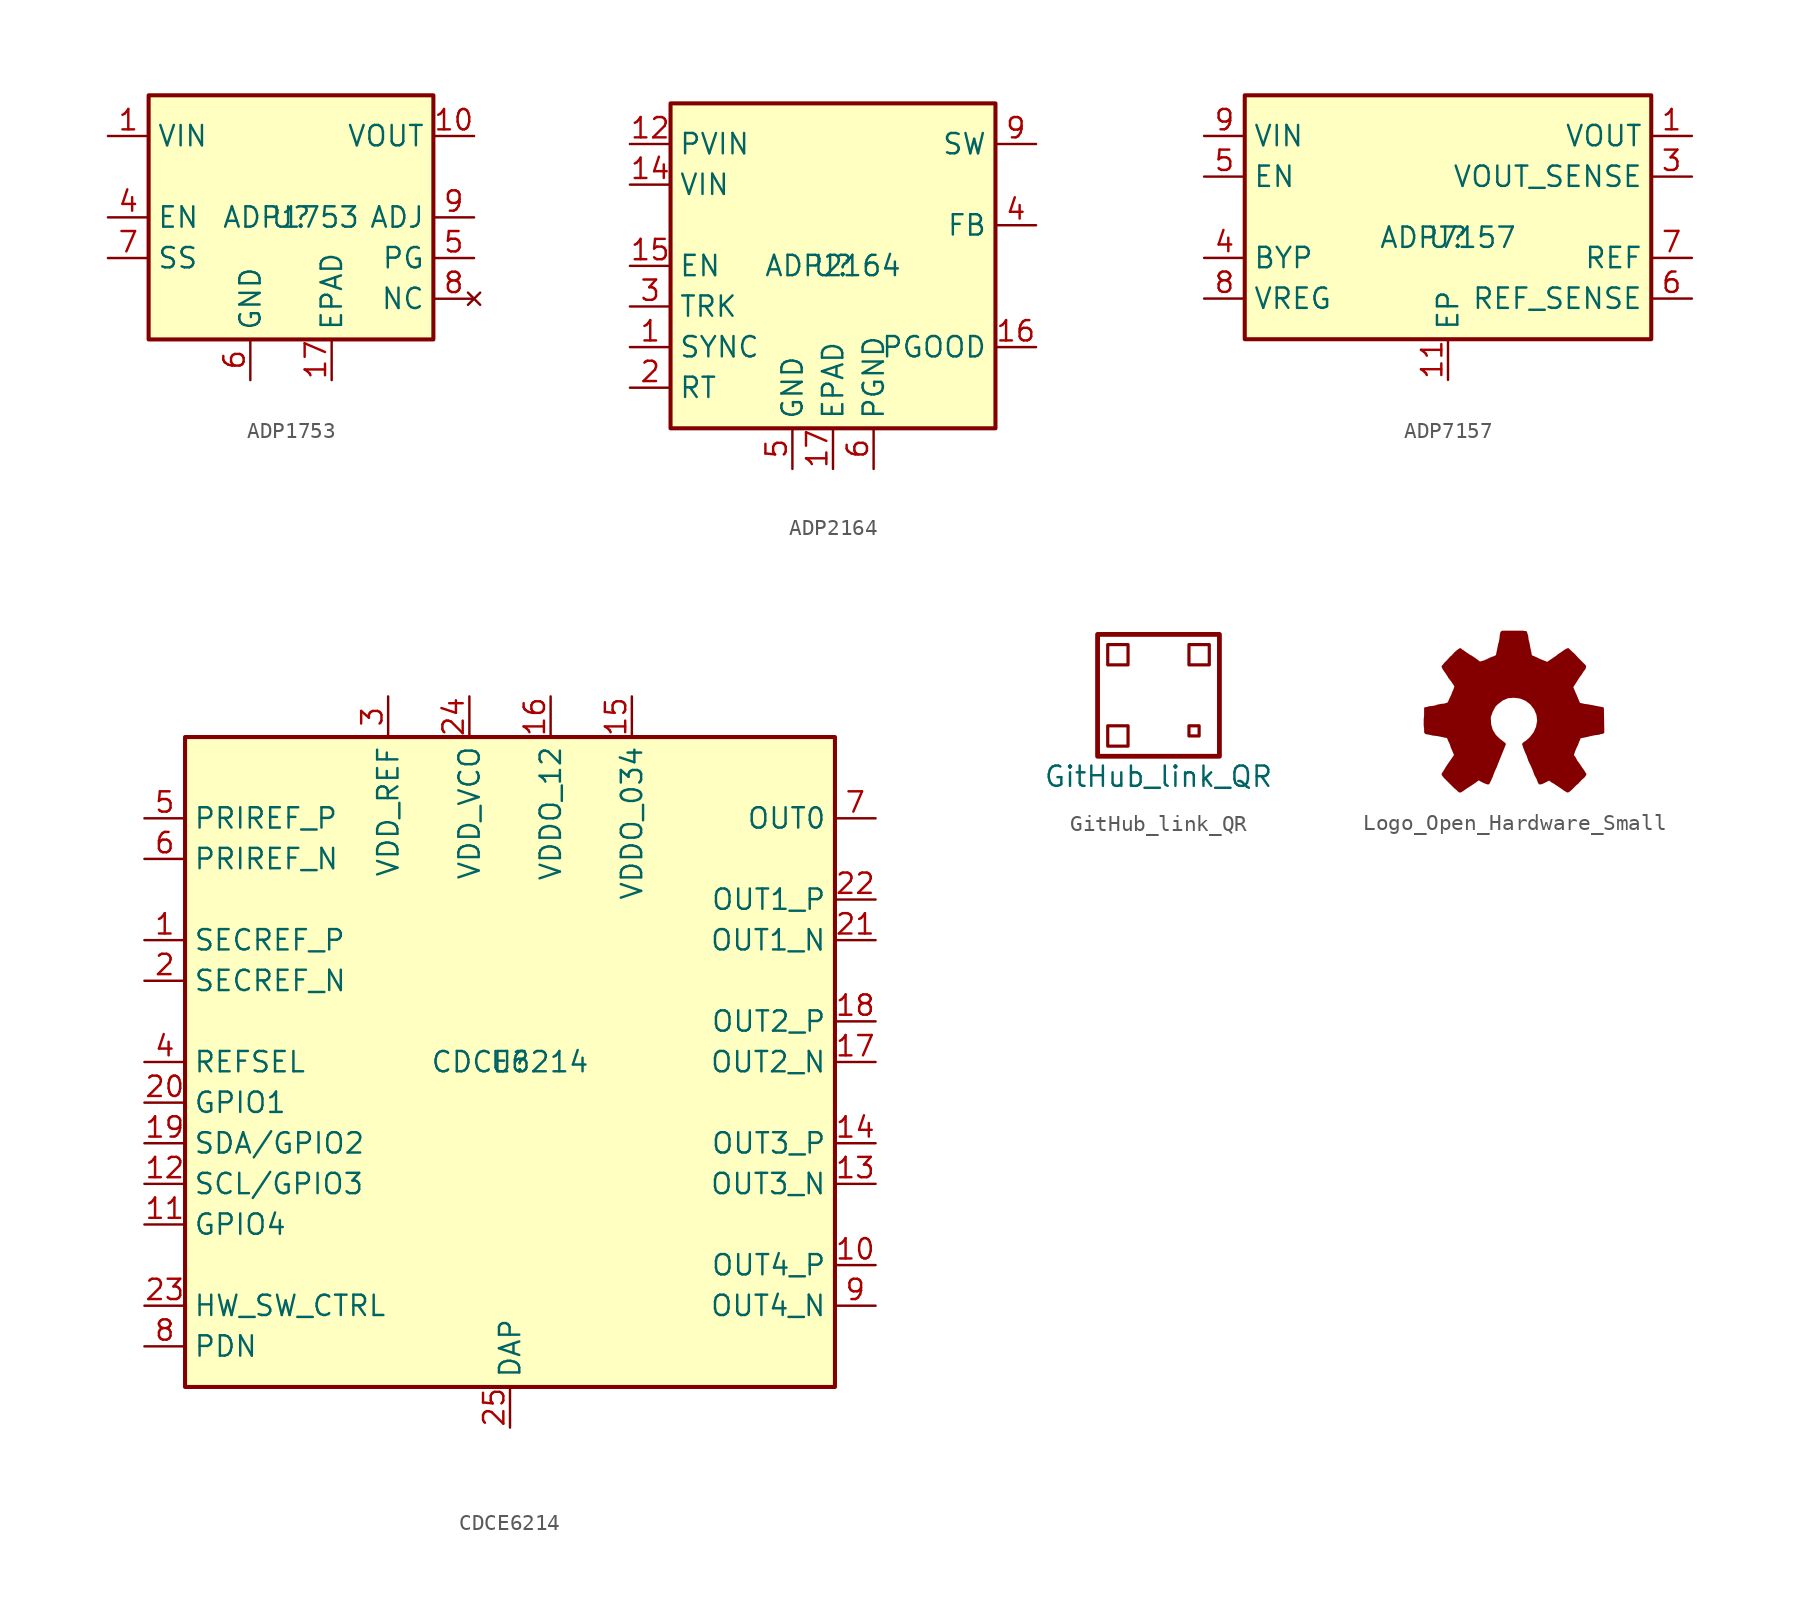
<source format=kicad_sym>
(kicad_symbol_lib
  (version 20211014)
  (generator kicad_symbol_editor)
  (symbol "ADP1753"
    (property "Reference" "U"
      (at 0 0 0)
      (effects (font (size 1.27 1.27))))
    (property "Value" "ADP1753"
      (at 0 0 0)
      (effects (font (size 1.27 1.27))))
    (symbol "ADP1753_0_1"
      (rectangle (start -8.89 7.62) (end 8.89 -7.62) (stroke (width 0.254) (type default) (color 0 0 0 0)) (fill (type background))))
    (symbol "ADP1753_1_1"
      (pin power_in line (at -11.43 5.08 0) (length 2.54) (name "VIN" (effects (font (size 1.27 1.27)))) (number "1" (effects (font (size 1.27 1.27)))))
      (pin power_out line (at 11.43 5.08 180) (length 2.54) (name "VOUT" (effects (font (size 1.27 1.27)))) (number "10" (effects (font (size 1.27 1.27)))))
      (pin passive line (at 11.43 5.08 180) (length 2.54) hide (name "VOUT" (effects (font (size 1.27 1.27)))) (number "11" (effects (font (size 1.27 1.27)))))
      (pin passive line (at 11.43 5.08 180) (length 2.54) hide (name "VOUT" (effects (font (size 1.27 1.27)))) (number "12" (effects (font (size 1.27 1.27)))))
      (pin passive line (at 11.43 5.08 180) (length 2.54) hide (name "VOUT" (effects (font (size 1.27 1.27)))) (number "13" (effects (font (size 1.27 1.27)))))
      (pin passive line (at 11.43 5.08 180) (length 2.54) hide (name "VOUT" (effects (font (size 1.27 1.27)))) (number "14" (effects (font (size 1.27 1.27)))))
      (pin passive line (at -11.43 5.08 0) (length 2.54) hide (name "VIN" (effects (font (size 1.27 1.27)))) (number "15" (effects (font (size 1.27 1.27)))))
      (pin passive line (at -11.43 5.08 0) (length 2.54) hide (name "VIN" (effects (font (size 1.27 1.27)))) (number "16" (effects (font (size 1.27 1.27)))))
      (pin power_in line (at 2.54 -10.16 90) (length 2.54) (name "EPAD" (effects (font (size 1.27 1.27)))) (number "17" (effects (font (size 1.27 1.27)))))
      (pin passive line (at -11.43 5.08 0) (length 2.54) hide (name "VIN" (effects (font (size 1.27 1.27)))) (number "2" (effects (font (size 1.27 1.27)))))
      (pin passive line (at -11.43 5.08 0) (length 2.54) hide (name "VIN" (effects (font (size 1.27 1.27)))) (number "3" (effects (font (size 1.27 1.27)))))
      (pin input line (at -11.43 0 0) (length 2.54) (name "EN" (effects (font (size 1.27 1.27)))) (number "4" (effects (font (size 1.27 1.27)))))
      (pin open_collector line (at 11.43 -2.54 180) (length 2.54) (name "PG" (effects (font (size 1.27 1.27)))) (number "5" (effects (font (size 1.27 1.27)))))
      (pin power_in line (at -2.54 -10.16 90) (length 2.54) (name "GND" (effects (font (size 1.27 1.27)))) (number "6" (effects (font (size 1.27 1.27)))))
      (pin passive line (at -11.43 -2.54 0) (length 2.54) (name "SS" (effects (font (size 1.27 1.27)))) (number "7" (effects (font (size 1.27 1.27)))))
      (pin no_connect line (at 11.43 -5.08 180) (length 2.54) (name "NC" (effects (font (size 1.27 1.27)))) (number "8" (effects (font (size 1.27 1.27)))))
      (pin passive line (at 11.43 0 180) (length 2.54) (name "ADJ" (effects (font (size 1.27 1.27)))) (number "9" (effects (font (size 1.27 1.27)))))))
  (symbol "ADP2164"
    (property "Reference" "U"
      (at 0 0 0)
      (effects (font (size 1.27 1.27))))
    (property "Value" "ADP2164"
      (at 0 0 0)
      (effects (font (size 1.27 1.27))))
    (symbol "ADP2164_0_1"
      (rectangle (start -10.16 10.16) (end 10.16 -10.16) (stroke (width 0.254) (type default) (color 0 0 0 0)) (fill (type background))))
    (symbol "ADP2164_1_1"
      (pin input line (at -12.7 -5.08 0) (length 2.54) (name "SYNC" (effects (font (size 1.27 1.27)))) (number "1" (effects (font (size 1.27 1.27)))))
      (pin passive line (at 12.7 7.62 180) (length 2.54) hide (name "SW" (effects (font (size 1.27 1.27)))) (number "10" (effects (font (size 1.27 1.27)))))
      (pin passive line (at 12.7 7.62 180) (length 2.54) hide (name "SW" (effects (font (size 1.27 1.27)))) (number "11" (effects (font (size 1.27 1.27)))))
      (pin power_in line (at -12.7 7.62 0) (length 2.54) (name "PVIN" (effects (font (size 1.27 1.27)))) (number "12" (effects (font (size 1.27 1.27)))))
      (pin passive line (at -12.7 7.62 0) (length 2.54) hide (name "PVIN" (effects (font (size 1.27 1.27)))) (number "13" (effects (font (size 1.27 1.27)))))
      (pin passive line (at -12.7 5.08 0) (length 2.54) (name "VIN" (effects (font (size 1.27 1.27)))) (number "14" (effects (font (size 1.27 1.27)))))
      (pin input line (at -12.7 0 0) (length 2.54) (name "EN" (effects (font (size 1.27 1.27)))) (number "15" (effects (font (size 1.27 1.27)))))
      (pin open_collector line (at 12.7 -5.08 180) (length 2.54) (name "PGOOD" (effects (font (size 1.27 1.27)))) (number "16" (effects (font (size 1.27 1.27)))))
      (pin power_in line (at 0 -12.7 90) (length 2.54) (name "EPAD" (effects (font (size 1.27 1.27)))) (number "17" (effects (font (size 1.27 1.27)))))
      (pin input line (at -12.7 -7.62 0) (length 2.54) (name "RT" (effects (font (size 1.27 1.27)))) (number "2" (effects (font (size 1.27 1.27)))))
      (pin input line (at -12.7 -2.54 0) (length 2.54) (name "TRK" (effects (font (size 1.27 1.27)))) (number "3" (effects (font (size 1.27 1.27)))))
      (pin passive line (at 12.7 2.54 180) (length 2.54) (name "FB" (effects (font (size 1.27 1.27)))) (number "4" (effects (font (size 1.27 1.27)))))
      (pin power_in line (at -2.54 -12.7 90) (length 2.54) (name "GND" (effects (font (size 1.27 1.27)))) (number "5" (effects (font (size 1.27 1.27)))))
      (pin power_in line (at 2.54 -12.7 90) (length 2.54) (name "PGND" (effects (font (size 1.27 1.27)))) (number "6" (effects (font (size 1.27 1.27)))))
      (pin passive line (at 2.54 -12.7 90) (length 2.54) hide (name "PGND" (effects (font (size 1.27 1.27)))) (number "7" (effects (font (size 1.27 1.27)))))
      (pin passive line (at 2.54 -12.7 90) (length 2.54) hide (name "PGND" (effects (font (size 1.27 1.27)))) (number "8" (effects (font (size 1.27 1.27)))))
      (pin passive line (at 12.7 7.62 180) (length 2.54) (name "SW" (effects (font (size 1.27 1.27)))) (number "9" (effects (font (size 1.27 1.27)))))))
  (symbol "ADP7157"
    (property "Reference" "U"
      (at 0 -1.27 0)
      (effects (font (size 1.27 1.27))))
    (property "Value" "ADP7157"
      (at 0 -1.27 0)
      (effects (font (size 1.27 1.27))))
    (symbol "ADP7157_0_1"
      (rectangle (start -12.7 7.62) (end 12.7 -7.62) (stroke (width 0.254) (type default) (color 0 0 0 0)) (fill (type background))))
    (symbol "ADP7157_1_1"
      (pin power_out line (at 15.24 5.08 180) (length 2.54) (name "VOUT" (effects (font (size 1.27 1.27)))) (number "1" (effects (font (size 1.27 1.27)))))
      (pin passive line (at -15.24 5.08 0) (length 2.54) hide (name "VIN" (effects (font (size 1.27 1.27)))) (number "10" (effects (font (size 1.27 1.27)))))
      (pin power_out line (at 0 -10.16 90) (length 2.54) (name "EP" (effects (font (size 1.27 1.27)))) (number "11" (effects (font (size 1.27 1.27)))))
      (pin passive line (at 15.24 5.08 180) (length 2.54) hide (name "VOUT" (effects (font (size 1.27 1.27)))) (number "2" (effects (font (size 1.27 1.27)))))
      (pin passive line (at 15.24 2.54 180) (length 2.54) (name "VOUT_SENSE" (effects (font (size 1.27 1.27)))) (number "3" (effects (font (size 1.27 1.27)))))
      (pin passive line (at -15.24 -2.54 0) (length 2.54) (name "BYP" (effects (font (size 1.27 1.27)))) (number "4" (effects (font (size 1.27 1.27)))))
      (pin input line (at -15.24 2.54 0) (length 2.54) (name "EN" (effects (font (size 1.27 1.27)))) (number "5" (effects (font (size 1.27 1.27)))))
      (pin passive line (at 15.24 -5.08 180) (length 2.54) (name "REF_SENSE" (effects (font (size 1.27 1.27)))) (number "6" (effects (font (size 1.27 1.27)))))
      (pin passive line (at 15.24 -2.54 180) (length 2.54) (name "REF" (effects (font (size 1.27 1.27)))) (number "7" (effects (font (size 1.27 1.27)))))
      (pin power_out line (at -15.24 -5.08 0) (length 2.54) (name "VREG" (effects (font (size 1.27 1.27)))) (number "8" (effects (font (size 1.27 1.27)))))
      (pin power_in line (at -15.24 5.08 0) (length 2.54) (name "VIN" (effects (font (size 1.27 1.27)))) (number "9" (effects (font (size 1.27 1.27)))))))
  (symbol "CDCE6214"
    (property "Reference" "U"
      (at 0 0 0)
      (effects (font (size 1.27 1.27))))
    (property "Value" "CDCE6214"
      (at 0 0 0)
      (effects (font (size 1.27 1.27))))
    (symbol "CDCE6214_0_1"
      (rectangle (start -20.32 20.32) (end 20.32 -20.32) (stroke (width 0.254) (type default) (color 0 0 0 0)) (fill (type background))))
    (symbol "CDCE6214_1_1"
      (pin passive line (at -22.86 7.62 0) (length 2.54) (name "SECREF_P" (effects (font (size 1.27 1.27)))) (number "1" (effects (font (size 1.27 1.27)))))
      (pin output line (at 22.86 -12.7 180) (length 2.54) (name "OUT4_P" (effects (font (size 1.27 1.27)))) (number "10" (effects (font (size 1.27 1.27)))))
      (pin bidirectional line (at -22.86 -10.16 0) (length 2.54) (name "GPIO4" (effects (font (size 1.27 1.27)))) (number "11" (effects (font (size 1.27 1.27)))))
      (pin bidirectional line (at -22.86 -7.62 0) (length 2.54) (name "SCL/GPIO3" (effects (font (size 1.27 1.27)))) (number "12" (effects (font (size 1.27 1.27)))))
      (pin output line (at 22.86 -7.62 180) (length 2.54) (name "OUT3_N" (effects (font (size 1.27 1.27)))) (number "13" (effects (font (size 1.27 1.27)))))
      (pin output line (at 22.86 -5.08 180) (length 2.54) (name "OUT3_P" (effects (font (size 1.27 1.27)))) (number "14" (effects (font (size 1.27 1.27)))))
      (pin power_in line (at 7.62 22.86 270) (length 2.54) (name "VDDO_034" (effects (font (size 1.27 1.27)))) (number "15" (effects (font (size 1.27 1.27)))))
      (pin power_in line (at 2.54 22.86 270) (length 2.54) (name "VDDO_12" (effects (font (size 1.27 1.27)))) (number "16" (effects (font (size 1.27 1.27)))))
      (pin output line (at 22.86 0 180) (length 2.54) (name "OUT2_N" (effects (font (size 1.27 1.27)))) (number "17" (effects (font (size 1.27 1.27)))))
      (pin output line (at 22.86 2.54 180) (length 2.54) (name "OUT2_P" (effects (font (size 1.27 1.27)))) (number "18" (effects (font (size 1.27 1.27)))))
      (pin bidirectional line (at -22.86 -5.08 0) (length 2.54) (name "SDA/GPIO2" (effects (font (size 1.27 1.27)))) (number "19" (effects (font (size 1.27 1.27)))))
      (pin passive line (at -22.86 5.08 0) (length 2.54) (name "SECREF_N" (effects (font (size 1.27 1.27)))) (number "2" (effects (font (size 1.27 1.27)))))
      (pin bidirectional line (at -22.86 -2.54 0) (length 2.54) (name "GPIO1" (effects (font (size 1.27 1.27)))) (number "20" (effects (font (size 1.27 1.27)))))
      (pin output line (at 22.86 7.62 180) (length 2.54) (name "OUT1_N" (effects (font (size 1.27 1.27)))) (number "21" (effects (font (size 1.27 1.27)))))
      (pin output line (at 22.86 10.16 180) (length 2.54) (name "OUT1_P" (effects (font (size 1.27 1.27)))) (number "22" (effects (font (size 1.27 1.27)))))
      (pin input line (at -22.86 -15.24 0) (length 2.54) (name "HW_SW_CTRL" (effects (font (size 1.27 1.27)))) (number "23" (effects (font (size 1.27 1.27)))))
      (pin power_in line (at -2.54 22.86 270) (length 2.54) (name "VDD_VCO" (effects (font (size 1.27 1.27)))) (number "24" (effects (font (size 1.27 1.27)))))
      (pin power_in line (at 0 -22.86 90) (length 2.54) (name "DAP" (effects (font (size 1.27 1.27)))) (number "25" (effects (font (size 1.27 1.27)))))
      (pin power_in line (at -7.62 22.86 270) (length 2.54) (name "VDD_REF" (effects (font (size 1.27 1.27)))) (number "3" (effects (font (size 1.27 1.27)))))
      (pin input line (at -22.86 0 0) (length 2.54) (name "REFSEL" (effects (font (size 1.27 1.27)))) (number "4" (effects (font (size 1.27 1.27)))))
      (pin input line (at -22.86 15.24 0) (length 2.54) (name "PRIREF_P" (effects (font (size 1.27 1.27)))) (number "5" (effects (font (size 1.27 1.27)))))
      (pin input line (at -22.86 12.7 0) (length 2.54) (name "PRIREF_N" (effects (font (size 1.27 1.27)))) (number "6" (effects (font (size 1.27 1.27)))))
      (pin output line (at 22.86 15.24 180) (length 2.54) (name "OUT0" (effects (font (size 1.27 1.27)))) (number "7" (effects (font (size 1.27 1.27)))))
      (pin input line (at -22.86 -17.78 0) (length 2.54) (name "PDN" (effects (font (size 1.27 1.27)))) (number "8" (effects (font (size 1.27 1.27)))))
      (pin output line (at 22.86 -15.24 180) (length 2.54) (name "OUT4_N" (effects (font (size 1.27 1.27)))) (number "9" (effects (font (size 1.27 1.27)))))))
  (symbol "GitHub_link_QR"
    (property "Reference" "QR"
      (at 0 0 0)
      (effects (font (size 1.27 1.27)) hide))
    (property "Value" "GitHub_link_QR"
      (at 0 -5.08 0)
      (effects (font (size 1.27 1.27))))
    (symbol "GitHub_link_QR_0_1"
      (rectangle (start -3.81 3.81) (end 3.81 -3.81) (stroke (width 0.3) (type default) (color 0 0 0 0)) (fill (type none)))
      (rectangle (start -3.175 -1.905) (end -1.905 -3.175) (stroke (width 0.2) (type default) (color 0 0 0 0)) (fill (type none)))
      (rectangle (start -3.175 3.175) (end -1.905 1.905) (stroke (width 0.2) (type default) (color 0 0 0 0)) (fill (type none)))
      (rectangle (start 1.905 -1.905) (end 2.54 -2.54) (stroke (width 0.2) (type default) (color 0 0 0 0)) (fill (type none)))
      (rectangle (start 1.905 3.175) (end 3.175 1.905) (stroke (width 0.2) (type default) (color 0 0 0 0)) (fill (type none)))))
  (symbol "Logo_Open_Hardware_Small"
    (pin_names
      (offset 1.016))
    (property "Reference" "#LOGO8"
      (at 0 6.985 0)
      (effects (font (size 1.27 1.27)) hide))
    (symbol "Logo_Open_Hardware_Small_0_1"
      (polyline (pts (xy 3.353 -4.343) (xy 3.302 -4.318) (xy 3.175 -4.242) (xy 2.997 -4.115) (xy 2.769 -3.962) (xy 2.54 -3.81) (xy 2.362 -3.708) (xy 2.235 -3.607) (xy 2.184 -3.581) (xy 2.159 -3.607) (xy 2.057 -3.658) (xy 1.905 -3.734) (xy 1.803 -3.785) (xy 1.676 -3.835) (xy 1.6 -3.835) (xy 1.6 -3.835) (xy 1.549 -3.734) (xy 1.473 -3.531) (xy 1.346 -3.302) (xy 1.245 -3.023) (xy 1.118 -2.718) (xy 0.965 -2.413) (xy 0.864 -2.108) (xy 0.737 -1.829) (xy 0.66 -1.626) (xy 0.61 -1.473) (xy 0.584 -1.397) (xy 0.584 -1.397) (xy 0.66 -1.321) (xy 0.787 -1.245) (xy 1.041 -1.016) (xy 1.295 -0.686) (xy 1.448 -0.33) (xy 1.524 0.076) (xy 1.473 0.457) (xy 1.321 0.813) (xy 1.067 1.143) (xy 0.762 1.372) (xy 0.406 1.524) (xy 0 1.575) (xy -0.381 1.549) (xy -0.737 1.397) (xy -1.067 1.143) (xy -1.219 0.991) (xy -1.397 0.66) (xy -1.524 0.305) (xy -1.524 0.229) (xy -1.499 -0.178) (xy -1.397 -0.533) (xy -1.194 -0.864) (xy -0.914 -1.143) (xy -0.864 -1.168) (xy -0.737 -1.27) (xy -0.635 -1.346) (xy -0.584 -1.397) (xy -1.067 -2.591) (xy -1.143 -2.794) (xy -1.295 -3.124) (xy -1.397 -3.404) (xy -1.499 -3.632) (xy -1.575 -3.785) (xy -1.6 -3.835) (xy -1.6 -3.835) (xy -1.651 -3.835) (xy -1.727 -3.81) (xy -1.905 -3.734) (xy -2.007 -3.683) (xy -2.134 -3.607) (xy -2.21 -3.581) (xy -2.261 -3.607) (xy -2.362 -3.683) (xy -2.54 -3.81) (xy -2.769 -3.962) (xy -2.972 -4.089) (xy -3.15 -4.216) (xy -3.302 -4.318) (xy -3.353 -4.343) (xy -3.378 -4.343) (xy -3.429 -4.318) (xy -3.531 -4.216) (xy -3.708 -4.064) (xy -3.937 -3.835) (xy -3.962 -3.81) (xy -4.166 -3.607) (xy -4.318 -3.454) (xy -4.42 -3.327) (xy -4.445 -3.277) (xy -4.445 -3.277) (xy -4.42 -3.226) (xy -4.318 -3.073) (xy -4.216 -2.896) (xy -4.064 -2.667) (xy -3.658 -2.083) (xy -3.886 -1.549) (xy -3.937 -1.372) (xy -4.039 -1.168) (xy -4.089 -1.041) (xy -4.115 -0.965) (xy -4.191 -0.94) (xy -4.318 -0.914) (xy -4.547 -0.864) (xy -4.801 -0.813) (xy -5.055 -0.787) (xy -5.258 -0.737) (xy -5.436 -0.711) (xy -5.512 -0.686) (xy -5.512 -0.686) (xy -5.537 -0.635) (xy -5.537 -0.559) (xy -5.537 -0.432) (xy -5.563 -0.229) (xy -5.563 0.076) (xy -5.563 0.127) (xy -5.537 0.406) (xy -5.537 0.635) (xy -5.537 0.762) (xy -5.537 0.838) (xy -5.537 0.838) (xy -5.461 0.838) (xy -5.309 0.889) (xy -5.08 0.914) (xy -4.826 0.965) (xy -4.801 0.991) (xy -4.547 1.041) (xy -4.318 1.067) (xy -4.166 1.118) (xy -4.089 1.143) (xy -4.089 1.143) (xy -4.039 1.245) (xy -3.962 1.422) (xy -3.861 1.626) (xy -3.785 1.829) (xy -3.708 2.007) (xy -3.658 2.159) (xy -3.632 2.21) (xy -3.632 2.21) (xy -3.683 2.286) (xy -3.759 2.413) (xy -3.886 2.591) (xy -4.064 2.819) (xy -4.064 2.845) (xy -4.216 3.073) (xy -4.343 3.251) (xy -4.42 3.378) (xy -4.445 3.454) (xy -4.445 3.454) (xy -4.394 3.505) (xy -4.293 3.632) (xy -4.115 3.81) (xy -3.937 4.013) (xy -3.861 4.064) (xy -3.658 4.293) (xy -3.505 4.42) (xy -3.404 4.496) (xy -3.353 4.521) (xy -3.353 4.521) (xy -3.302 4.47) (xy -3.15 4.369) (xy -2.972 4.242) (xy -2.743 4.089) (xy -2.718 4.089) (xy -2.489 3.937) (xy -2.311 3.81) (xy -2.184 3.708) (xy -2.134 3.683) (xy -2.108 3.683) (xy -2.032 3.708) (xy -1.854 3.759) (xy -1.676 3.835) (xy -1.473 3.937) (xy -1.27 4.013) (xy -1.143 4.064) (xy -1.067 4.115) (xy -1.067 4.115) (xy -1.041 4.191) (xy -1.016 4.343) (xy -0.965 4.572) (xy -0.914 4.851) (xy -0.889 4.902) (xy -0.838 5.156) (xy -0.813 5.385) (xy -0.787 5.537) (xy -0.762 5.588) (xy -0.711 5.613) (xy -0.584 5.613) (xy -0.406 5.613) (xy -0.152 5.613) (xy 0.076 5.613) (xy 0.33 5.613) (xy 0.533 5.613) (xy 0.686 5.588) (xy 0.737 5.588) (xy 0.737 5.588) (xy 0.762 5.512) (xy 0.813 5.334) (xy 0.838 5.105) (xy 0.914 4.826) (xy 0.914 4.775) (xy 0.965 4.521) (xy 1.016 4.293) (xy 1.041 4.14) (xy 1.067 4.089) (xy 1.067 4.089) (xy 1.194 4.039) (xy 1.372 3.962) (xy 1.575 3.861) (xy 2.083 3.658) (xy 2.718 4.089) (xy 2.769 4.14) (xy 2.997 4.293) (xy 3.175 4.42) (xy 3.302 4.496) (xy 3.378 4.521) (xy 3.378 4.521) (xy 3.429 4.47) (xy 3.556 4.343) (xy 3.734 4.191) (xy 3.912 3.988) (xy 4.064 3.835) (xy 4.242 3.658) (xy 4.343 3.556) (xy 4.42 3.48) (xy 4.42 3.429) (xy 4.42 3.404) (xy 4.394 3.327) (xy 4.293 3.2) (xy 4.166 2.997) (xy 4.013 2.794) (xy 3.886 2.591) (xy 3.759 2.388) (xy 3.658 2.235) (xy 3.632 2.159) (xy 3.632 2.134) (xy 3.683 2.007) (xy 3.759 1.829) (xy 3.861 1.6) (xy 4.064 1.118) (xy 4.394 1.041) (xy 4.597 1.016) (xy 4.877 0.965) (xy 5.131 0.914) (xy 5.537 0.838) (xy 5.563 -0.66) (xy 5.486 -0.686) (xy 5.436 -0.686) (xy 5.283 -0.737) (xy 5.055 -0.762) (xy 4.801 -0.813) (xy 4.597 -0.864) (xy 4.369 -0.914) (xy 4.216 -0.94) (xy 4.14 -0.94) (xy 4.115 -0.965) (xy 4.064 -1.067) (xy 3.988 -1.245) (xy 3.912 -1.448) (xy 3.81 -1.651) (xy 3.734 -1.854) (xy 3.683 -2.007) (xy 3.658 -2.083) (xy 3.683 -2.134) (xy 3.785 -2.261) (xy 3.886 -2.464) (xy 4.039 -2.667) (xy 4.191 -2.896) (xy 4.318 -3.073) (xy 4.394 -3.2) (xy 4.445 -3.277) (xy 4.42 -3.327) (xy 4.343 -3.429) (xy 4.166 -3.581) (xy 3.937 -3.835) (xy 3.886 -3.861) (xy 3.683 -4.064) (xy 3.531 -4.216) (xy 3.404 -4.318) (xy 3.353 -4.343)) (stroke (width 0) (type default) (color 0 0 0 0)) (fill (type outline))))))
</source>
